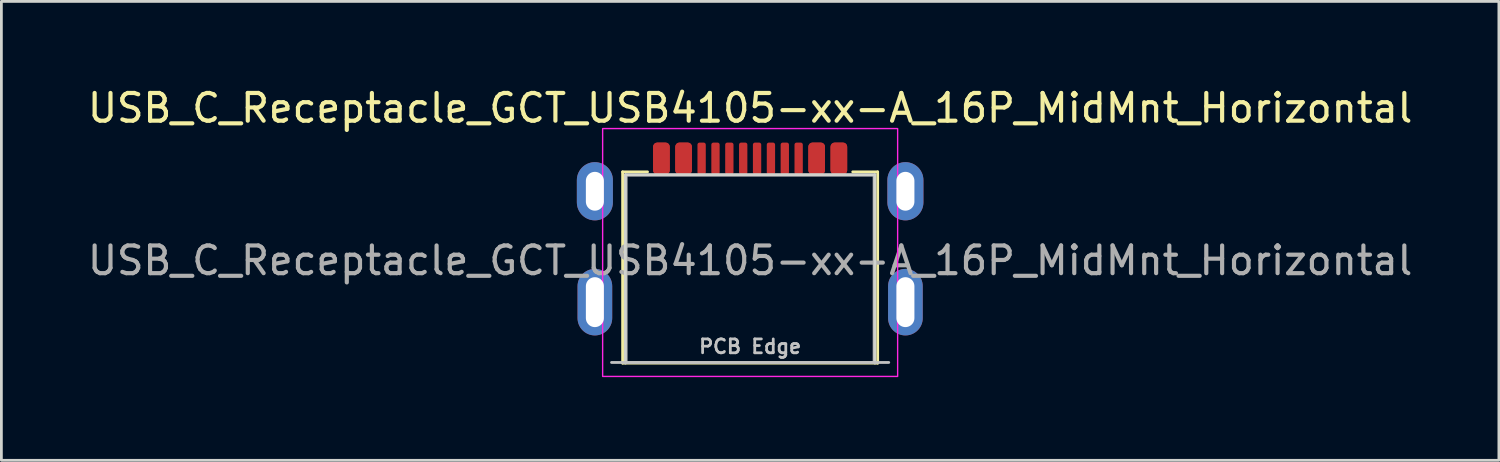
<source format=kicad_pcb>
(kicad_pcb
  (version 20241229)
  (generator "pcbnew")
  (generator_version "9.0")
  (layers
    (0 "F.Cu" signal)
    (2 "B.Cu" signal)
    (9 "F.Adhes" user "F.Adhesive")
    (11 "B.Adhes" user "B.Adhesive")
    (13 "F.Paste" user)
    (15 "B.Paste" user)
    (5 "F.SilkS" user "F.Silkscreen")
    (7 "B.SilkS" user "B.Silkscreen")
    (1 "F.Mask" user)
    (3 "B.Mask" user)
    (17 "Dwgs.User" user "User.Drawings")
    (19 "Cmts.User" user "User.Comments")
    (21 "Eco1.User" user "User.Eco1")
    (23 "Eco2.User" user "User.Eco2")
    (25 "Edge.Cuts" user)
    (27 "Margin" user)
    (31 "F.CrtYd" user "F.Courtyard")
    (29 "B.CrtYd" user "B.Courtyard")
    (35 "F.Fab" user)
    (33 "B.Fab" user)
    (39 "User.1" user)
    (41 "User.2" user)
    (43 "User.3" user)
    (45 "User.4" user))
  (footprint "USB_C_Receptacle_GCT_USB4105-xx-A_16P_MidMnt_Horizontal"
    (layer "F.Cu")
    (at 24.006 6.348)
    (property "Reference" "USB_C_Receptacle_GCT_USB4105-xx-A_16P_MidMnt_Horizontal" (at 0 -5.5 0) (unlocked yes) (layer "F.SilkS") (effects (font (size 1 1) (thickness 0.15))))
    (attr smd)
    (fp_line (start -4.6 -3.2) (end -3.7 -3.2) (stroke (width 0.1) (type default)) (layer "F.SilkS"))
    (fp_line (start -4.6 3.7) (end -4.6 -3.2) (stroke (width 0.1) (type default)) (layer "F.SilkS"))
    (fp_line (start 3.7 -3.2) (end 4.6 -3.2) (stroke (width 0.1) (type default)) (layer "F.SilkS"))
    (fp_line (start 4.6 -3.2) (end 4.6 3.7) (stroke (width 0.1) (type default)) (layer "F.SilkS"))
    (fp_line (start 4.6 3.7) (end -4.6 3.7) (stroke (width 0.1) (type default)) (layer "F.SilkS"))
    (fp_line (start 5 3.675) (end -5 3.675) (stroke (width 0.1) (type solid)) (layer "Dwgs.User"))
    (fp_line (start -4.5 -3.1) (end 4.5 -3.1) (stroke (width 0.1) (type default)) (layer "Edge.Cuts"))
    (fp_line (start -4.5 3.7) (end -4.5 -3.1) (stroke (width 0.1) (type default)) (layer "Edge.Cuts"))
    (fp_line (start 4.5 -3.1) (end 4.5 3.7) (stroke (width 0.1) (type default)) (layer "Edge.Cuts"))
    (fp_rect (start -5.32 -4.76) (end 5.32 4.18) (stroke (width 0.05) (type solid)) (fill no) (layer "F.CrtYd"))
    (fp_rect (start -4.47 -3.075) (end 4.47 3.675) (stroke (width 0.1) (type solid)) (fill no) (layer "F.Fab"))
    (fp_text user "PCB Edge" (at 0 3.1 0) (unlocked yes) (layer "Dwgs.User") (effects (font (size 0.5 0.5) (thickness 0.1))))
    (fp_text user "${REFERENCE}" (at 0 0 0) (unlocked yes) (layer "F.Fab") (effects (font (size 1 1) (thickness 0.15))))
    (pad "A1" smd roundrect (at -3.2 -3.68) (size 0.6 1.15) (layers "F.Cu" "F.Mask" "F.Paste") (roundrect_rratio 0.25))
    (pad "A4" smd roundrect (at -2.4 -3.68) (size 0.6 1.15) (layers "F.Cu" "F.Mask" "F.Paste") (roundrect_rratio 0.25))
    (pad "A5" smd roundrect (at -1.25 -3.68) (size 0.3 1.15) (layers "F.Cu" "F.Mask" "F.Paste") (roundrect_rratio 0.25))
    (pad "A6" smd roundrect (at -0.25 -3.68) (size 0.3 1.15) (layers "F.Cu" "F.Mask" "F.Paste") (roundrect_rratio 0.25))
    (pad "A7" smd roundrect (at 0.25 -3.68) (size 0.3 1.15) (layers "F.Cu" "F.Mask" "F.Paste") (roundrect_rratio 0.25))
    (pad "A8" smd roundrect (at 1.25 -3.68) (size 0.3 1.15) (layers "F.Cu" "F.Mask" "F.Paste") (roundrect_rratio 0.25))
    (pad "A9" smd roundrect (at 2.4 -3.68) (size 0.6 1.15) (layers "F.Cu" "F.Mask" "F.Paste") (roundrect_rratio 0.25))
    (pad "A12" smd roundrect (at 3.2 -3.68) (size 0.6 1.15) (layers "F.Cu" "F.Mask" "F.Paste") (roundrect_rratio 0.25))
    (pad "B1" smd roundrect (at 3.2 -3.68) (size 0.6 1.15) (layers "F.Cu" "F.Mask" "F.Paste") (roundrect_rratio 0.25))
    (pad "B4" smd roundrect (at 2.4 -3.68) (size 0.6 1.15) (layers "F.Cu" "F.Mask" "F.Paste") (roundrect_rratio 0.25))
    (pad "B5" smd roundrect (at 1.75 -3.68) (size 0.3 1.15) (layers "F.Cu" "F.Mask" "F.Paste") (roundrect_rratio 0.25))
    (pad "B6" smd roundrect (at 0.75 -3.68) (size 0.3 1.15) (layers "F.Cu" "F.Mask" "F.Paste") (roundrect_rratio 0.25))
    (pad "B7" smd roundrect (at -0.75 -3.68) (size 0.3 1.15) (layers "F.Cu" "F.Mask" "F.Paste") (roundrect_rratio 0.25))
    (pad "B8" smd roundrect (at -1.75 -3.68) (size 0.3 1.15) (layers "F.Cu" "F.Mask" "F.Paste") (roundrect_rratio 0.25))
    (pad "B9" smd roundrect (at -2.4 -3.68) (size 0.6 1.15) (layers "F.Cu" "F.Mask" "F.Paste") (roundrect_rratio 0.25))
    (pad "B12" smd roundrect (at -3.2 -3.68) (size 0.6 1.15) (layers "F.Cu" "F.Mask" "F.Paste") (roundrect_rratio 0.25))
    (pad "S1" thru_hole oval (at -5.6 -2.5) (size 1.3 2.1) (drill oval 0.65 1.4) (layers "*.Cu" "*.Mask" "F.Paste"))
    (pad "S1" thru_hole oval (at -5.6 1.5) (size 1.25 2.4) (drill oval 0.65 1.8) (layers "*.Cu" "*.Mask" "F.Paste"))
    (pad "S1" thru_hole oval (at 5.6 -2.5) (size 1.3 2.1) (drill oval 0.65 1.4) (layers "*.Cu" "*.Mask" "F.Paste"))
    (pad "S1" thru_hole oval (at 5.6 1.5) (size 1.25 2.4) (drill oval 0.65 1.8) (layers "*.Cu" "*.Mask" "F.Paste")))
  (gr_rect
    (start -3 -3)
    (end 51.012 13.553)
    (stroke (width 0.1) (type default))
    (fill no)
    (layer "Edge.Cuts")))
</source>
